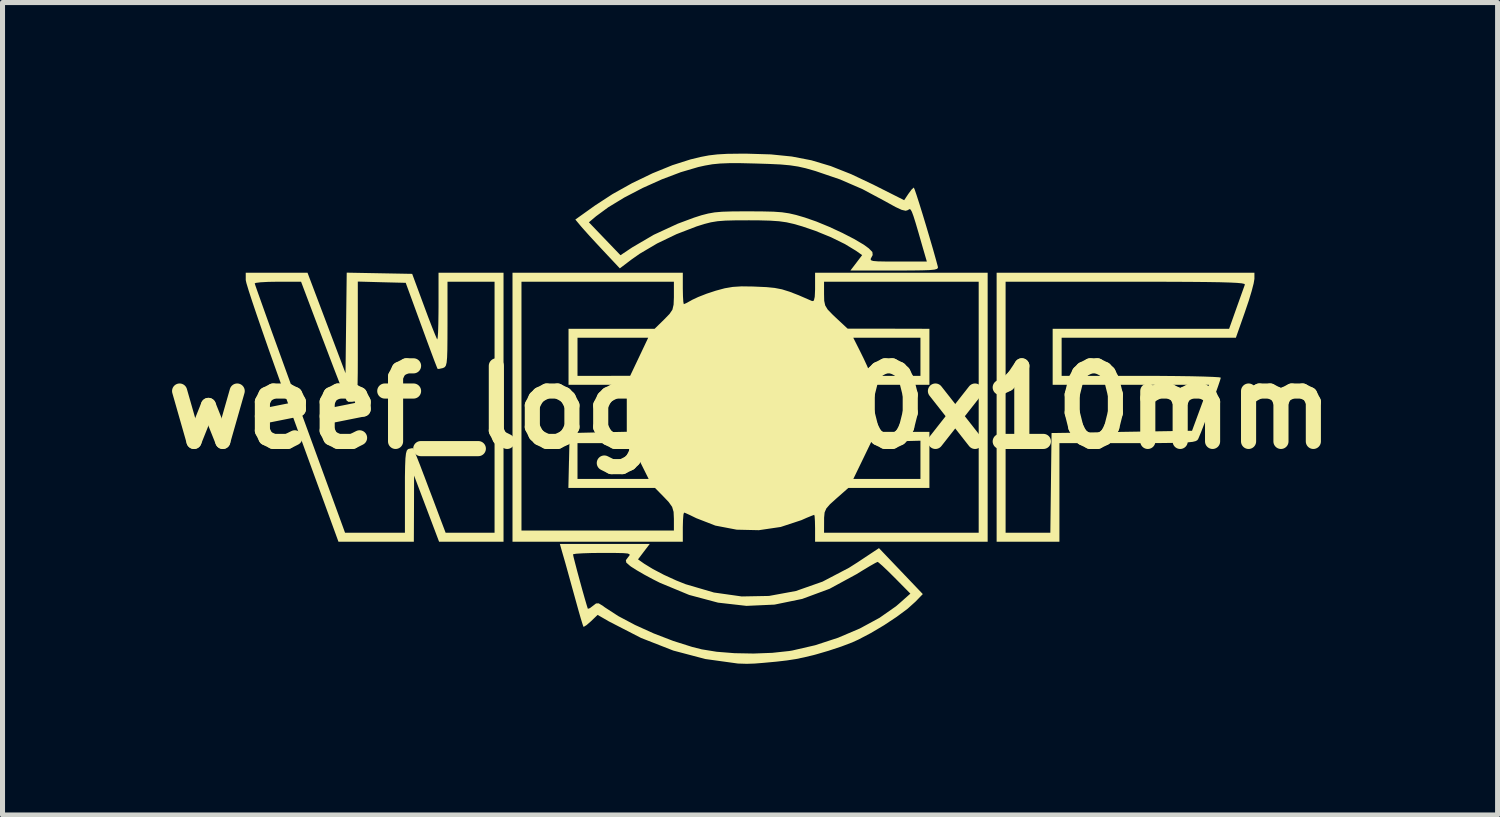
<source format=kicad_pcb>
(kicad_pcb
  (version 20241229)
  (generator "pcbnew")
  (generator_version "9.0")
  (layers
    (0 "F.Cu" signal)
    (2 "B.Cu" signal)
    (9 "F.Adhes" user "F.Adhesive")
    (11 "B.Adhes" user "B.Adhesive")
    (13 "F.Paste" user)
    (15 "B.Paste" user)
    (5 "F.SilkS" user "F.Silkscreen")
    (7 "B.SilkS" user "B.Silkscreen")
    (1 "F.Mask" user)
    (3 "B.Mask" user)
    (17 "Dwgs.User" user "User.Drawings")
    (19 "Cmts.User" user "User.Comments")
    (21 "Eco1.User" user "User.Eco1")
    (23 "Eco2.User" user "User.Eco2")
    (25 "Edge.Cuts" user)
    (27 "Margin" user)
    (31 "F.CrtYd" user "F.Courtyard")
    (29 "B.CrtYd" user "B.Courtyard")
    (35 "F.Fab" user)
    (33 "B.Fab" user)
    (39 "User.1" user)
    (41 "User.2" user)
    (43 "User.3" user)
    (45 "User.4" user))
  (footprint "weef_logo_20x10mm"
    (layer "F.Cu")
    (at 11.836 5.032)
    (property "Reference" "weef_logo_20x10mm" (at 0 0 0) (layer "F.SilkS") (effects (font (size 1.5 1.5) (thickness 0.3))))
    (attr board_only exclude_from_pos_files exclude_from_bom)
    (fp_poly (pts (xy 10.009 -2.547) (xy 9.994 -2.458) (xy 9.955 -2.307) (xy 9.897 -2.115) (xy 9.825 -1.903) (xy 9.825 -1.902) (xy 9.641 -1.379) (xy 7.912 -1.379) (xy 6.183 -1.379) (xy 6.183 -1.001) (xy 6.183 -0.623) (xy 7.762 -0.623) (xy 8.127 -0.622) (xy 8.462 -0.619) (xy 8.758 -0.615) (xy 9.003 -0.609) (xy 9.189 -0.602) (xy 9.305 -0.595) (xy 9.342 -0.587) (xy 9.327 -0.533) (xy 9.287 -0.414) (xy 9.229 -0.25) (xy 9.159 -0.059) (xy 9.085 0.14) (xy 9.014 0.329) (xy 8.953 0.487) (xy 8.907 0.598) (xy 8.891 0.634) (xy 8.873 0.656) (xy 8.84 0.673) (xy 8.782 0.687) (xy 8.689 0.697) (xy 8.553 0.704) (xy 8.363 0.708) (xy 8.111 0.711) (xy 7.785 0.712) (xy 7.494 0.712) (xy 6.139 0.712) (xy 6.139 1.69) (xy 6.139 2.669) (xy 5.516 2.669) (xy 4.893 2.669) (xy 4.893 0) (xy 5.071 0) (xy 5.071 2.491) (xy 5.515 2.491) (xy 5.959 2.491) (xy 5.971 1.501) (xy 5.983 0.512) (xy 7.377 0.489) (xy 8.771 0.467) (xy 8.939 0.011) (xy 9.107 -0.445) (xy 7.556 -0.445) (xy 6.005 -0.445) (xy 6.005 -1.001) (xy 6.005 -1.557) (xy 7.756 -1.557) (xy 9.507 -1.557) (xy 9.653 -1.968) (xy 9.718 -2.15) (xy 9.773 -2.304) (xy 9.81 -2.407) (xy 9.82 -2.435) (xy 9.808 -2.448) (xy 9.758 -2.459) (xy 9.663 -2.468) (xy 9.519 -2.475) (xy 9.319 -2.481) (xy 9.058 -2.485) (xy 8.73 -2.488) (xy 8.328 -2.49) (xy 7.847 -2.491) (xy 7.456 -2.491) (xy 5.071 -2.491) (xy 5.071 0) (xy 4.893 0) (xy 4.893 -2.669) (xy 7.451 -2.669) (xy 10.009 -2.669)) (stroke (width 0) (type solid)) (fill yes) (layer "F.SilkS"))
    (fp_poly (pts (xy -7.356 -2.659) (xy -6.706 -2.647) (xy -6.47 -2.009) (xy -6.387 -1.786) (xy -6.313 -1.594) (xy -6.254 -1.447) (xy -6.217 -1.361) (xy -6.209 -1.345) (xy -6.2 -1.378) (xy -6.192 -1.485) (xy -6.187 -1.652) (xy -6.184 -1.865) (xy -6.183 -1.994) (xy -6.183 -2.669) (xy -5.538 -2.669) (xy -4.893 -2.669) (xy -4.893 0) (xy -4.893 2.669) (xy -5.533 2.669) (xy -6.172 2.669) (xy -6.42 2.013) (xy -6.668 1.357) (xy -6.67 2.013) (xy -6.673 2.669) (xy -7.421 2.669) (xy -8.169 2.669) (xy -9.089 0.145) (xy -9.255 -0.311) (xy -9.41 -0.745) (xy -9.554 -1.149) (xy -9.682 -1.517) (xy -9.793 -1.839) (xy -9.884 -2.109) (xy -9.952 -2.318) (xy -9.994 -2.458) (xy -9.831 -2.458) (xy -9.816 -2.411) (xy -9.773 -2.288) (xy -9.705 -2.097) (xy -9.615 -1.844) (xy -9.505 -1.537) (xy -9.377 -1.184) (xy -9.235 -0.792) (xy -9.081 -0.368) (xy -8.935 0.033) (xy -8.038 2.491) (xy -7.444 2.491) (xy -6.85 2.491) (xy -6.85 1.673) (xy -6.85 1.381) (xy -6.846 1.166) (xy -6.84 1.015) (xy -6.829 0.918) (xy -6.813 0.861) (xy -6.79 0.833) (xy -6.777 0.827) (xy -6.706 0.812) (xy -6.686 0.817) (xy -6.664 0.863) (xy -6.618 0.977) (xy -6.553 1.141) (xy -6.478 1.338) (xy -6.468 1.363) (xy -6.379 1.6) (xy -6.288 1.839) (xy -6.208 2.052) (xy -6.156 2.191) (xy -6.042 2.491) (xy -5.557 2.491) (xy -5.071 2.491) (xy -5.071 0) (xy -5.071 -2.491) (xy -5.538 -2.491) (xy -6.005 -2.491) (xy -6.005 -1.649) (xy -6.006 -1.356) (xy -6.008 -1.139) (xy -6.013 -0.987) (xy -6.022 -0.888) (xy -6.037 -0.828) (xy -6.058 -0.797) (xy -6.088 -0.781) (xy -6.098 -0.777) (xy -6.176 -0.76) (xy -6.203 -0.763) (xy -6.221 -0.808) (xy -6.266 -0.923) (xy -6.331 -1.097) (xy -6.412 -1.315) (xy -6.504 -1.567) (xy -6.525 -1.624) (xy -6.834 -2.469) (xy -7.309 -2.481) (xy -7.785 -2.494) (xy -7.785 -1.317) (xy -7.785 -0.963) (xy -7.786 -0.688) (xy -7.789 -0.482) (xy -7.794 -0.333) (xy -7.803 -0.233) (xy -7.815 -0.171) (xy -7.833 -0.136) (xy -7.856 -0.118) (xy -7.879 -0.109) (xy -7.971 -0.107) (xy -8.007 -0.133) (xy -8.031 -0.188) (xy -8.082 -0.314) (xy -8.155 -0.501) (xy -8.247 -0.738) (xy -8.352 -1.013) (xy -8.466 -1.314) (xy -8.476 -1.339) (xy -8.911 -2.491) (xy -9.371 -2.491) (xy -9.561 -2.488) (xy -9.713 -2.48) (xy -9.808 -2.468) (xy -9.831 -2.458) (xy -9.994 -2.458) (xy -9.995 -2.46) (xy -10.009 -2.524) (xy -10.009 -2.669) (xy -9.396 -2.669) (xy -8.783 -2.669) (xy -8.406 -1.672) (xy -8.029 -0.675) (xy -8.017 -1.673) (xy -8.005 -2.671)) (stroke (width 0) (type solid)) (fill yes) (layer "F.SilkS"))
    (fp_poly (pts (xy -2.108 2.866) (xy -2.224 3.019) (xy -2.102 3.105) (xy -1.931 3.21) (xy -1.708 3.327) (xy -1.465 3.438) (xy -1.28 3.512) (xy -0.717 3.677) (xy -0.166 3.755) (xy 0.375 3.745) (xy 0.909 3.647) (xy 1.438 3.461) (xy 1.963 3.186) (xy 2.13 3.08) (xy 2.558 2.796) (xy 2.993 3.252) (xy 3.428 3.708) (xy 3.282 3.859) (xy 3.125 4) (xy 2.909 4.16) (xy 2.659 4.326) (xy 2.398 4.481) (xy 2.15 4.611) (xy 2.025 4.668) (xy 1.811 4.749) (xy 1.557 4.833) (xy 1.311 4.905) (xy 1.259 4.919) (xy 1.075 4.963) (xy 0.906 4.998) (xy 0.73 5.025) (xy 0.524 5.049) (xy 0.264 5.073) (xy 0.089 5.087) (xy -0.065 5.092) (xy -0.231 5.087) (xy -0.245 5.086) (xy -0.888 4.997) (xy -1.524 4.829) (xy -2.163 4.579) (xy -2.812 4.245) (xy -2.814 4.243) (xy -3.026 4.121) (xy -3.158 4.248) (xy -3.244 4.323) (xy -3.299 4.357) (xy -3.307 4.356) (xy -3.324 4.308) (xy -3.36 4.192) (xy -3.408 4.024) (xy -3.464 3.822) (xy -3.467 3.811) (xy -3.533 3.573) (xy -3.599 3.334) (xy -3.657 3.125) (xy -3.693 2.999) (xy -3.716 2.92) (xy -3.514 2.92) (xy -3.503 2.974) (xy -3.473 3.092) (xy -3.431 3.253) (xy -3.381 3.437) (xy -3.33 3.623) (xy -3.282 3.792) (xy -3.244 3.922) (xy -3.222 3.993) (xy -3.218 4) (xy -3.179 3.987) (xy -3.117 3.94) (xy -3.057 3.894) (xy -3.004 3.892) (xy -2.924 3.94) (xy -2.883 3.971) (xy -2.615 4.145) (xy -2.283 4.321) (xy -1.912 4.489) (xy -1.525 4.638) (xy -1.149 4.757) (xy -0.958 4.805) (xy -0.661 4.853) (xy -0.308 4.881) (xy 0.069 4.888) (xy 0.441 4.874) (xy 0.776 4.838) (xy 0.837 4.828) (xy 1.293 4.723) (xy 1.748 4.574) (xy 2.18 4.39) (xy 2.569 4.179) (xy 2.896 3.95) (xy 2.967 3.889) (xy 3.181 3.699) (xy 2.87 3.384) (xy 2.736 3.251) (xy 2.625 3.146) (xy 2.551 3.082) (xy 2.53 3.069) (xy 2.483 3.092) (xy 2.377 3.152) (xy 2.231 3.24) (xy 2.114 3.312) (xy 1.578 3.603) (xy 1.035 3.804) (xy 0.485 3.917) (xy -0.072 3.942) (xy -0.636 3.878) (xy -1.209 3.725) (xy -1.79 3.484) (xy -1.925 3.416) (xy -2.098 3.323) (xy -2.253 3.233) (xy -2.363 3.163) (xy -2.383 3.148) (xy -2.457 3.083) (xy -2.465 3.035) (xy -2.42 2.975) (xy -2.393 2.941) (xy -2.391 2.918) (xy -2.428 2.903) (xy -2.516 2.895) (xy -2.667 2.892) (xy -2.892 2.891) (xy -2.929 2.891) (xy -3.145 2.893) (xy -3.326 2.899) (xy -3.453 2.907) (xy -3.512 2.918) (xy -3.514 2.92) (xy -3.716 2.92) (xy -3.775 2.713) (xy -2.883 2.713) (xy -1.991 2.713)) (stroke (width 0) (type solid)) (fill yes) (layer "F.SilkS"))
    (fp_poly (pts (xy -0.058 -5.032) (xy 0.411 -5.018) (xy 0.828 -4.976) (xy 1.217 -4.901) (xy 1.601 -4.786) (xy 2.005 -4.626) (xy 2.451 -4.415) (xy 2.474 -4.403) (xy 3.058 -4.109) (xy 3.141 -4.234) (xy 3.204 -4.319) (xy 3.247 -4.359) (xy 3.249 -4.359) (xy 3.267 -4.319) (xy 3.305 -4.208) (xy 3.358 -4.043) (xy 3.422 -3.837) (xy 3.492 -3.606) (xy 3.563 -3.366) (xy 3.632 -3.131) (xy 3.692 -2.917) (xy 3.726 -2.791) (xy 3.728 -2.765) (xy 3.708 -2.745) (xy 3.657 -2.731) (xy 3.563 -2.722) (xy 3.414 -2.717) (xy 3.201 -2.714) (xy 2.911 -2.713) (xy 2.869 -2.713) (xy 1.991 -2.713) (xy 2.108 -2.866) (xy 2.224 -3.019) (xy 2.102 -3.105) (xy 1.883 -3.238) (xy 1.606 -3.374) (xy 1.297 -3.5) (xy 1.036 -3.589) (xy 0.87 -3.637) (xy 0.724 -3.67) (xy 0.575 -3.691) (xy 0.399 -3.703) (xy 0.173 -3.709) (xy -0.022 -3.71) (xy -0.289 -3.709) (xy -0.489 -3.704) (xy -0.644 -3.692) (xy -0.778 -3.67) (xy -0.911 -3.636) (xy -1.066 -3.587) (xy -1.068 -3.586) (xy -1.46 -3.435) (xy -1.845 -3.25) (xy -2.189 -3.047) (xy -2.349 -2.935) (xy -2.585 -2.756) (xy -2.91 -3.102) (xy -3.059 -3.262) (xy -3.198 -3.413) (xy -3.307 -3.535) (xy -3.352 -3.586) (xy -3.422 -3.67) (xy -3.199 -3.67) (xy -2.886 -3.344) (xy -2.572 -3.017) (xy -2.338 -3.173) (xy -1.911 -3.423) (xy -1.437 -3.642) (xy -1.112 -3.763) (xy -0.962 -3.811) (xy -0.833 -3.844) (xy -0.704 -3.867) (xy -0.555 -3.88) (xy -0.364 -3.886) (xy -0.112 -3.888) (xy -0.022 -3.888) (xy 0.256 -3.886) (xy 0.467 -3.881) (xy 0.633 -3.869) (xy 0.774 -3.848) (xy 0.913 -3.816) (xy 1.07 -3.77) (xy 1.087 -3.765) (xy 1.317 -3.685) (xy 1.571 -3.58) (xy 1.828 -3.461) (xy 2.063 -3.34) (xy 2.253 -3.228) (xy 2.355 -3.154) (xy 2.427 -3.081) (xy 2.433 -3.02) (xy 2.41 -2.977) (xy 2.392 -2.942) (xy 2.399 -2.918) (xy 2.442 -2.903) (xy 2.534 -2.895) (xy 2.69 -2.892) (xy 2.921 -2.891) (xy 2.932 -2.891) (xy 3.508 -2.891) (xy 3.427 -3.169) (xy 3.347 -3.448) (xy 3.287 -3.652) (xy 3.243 -3.792) (xy 3.211 -3.878) (xy 3.187 -3.921) (xy 3.167 -3.933) (xy 3.147 -3.923) (xy 3.134 -3.913) (xy 3.088 -3.899) (xy 3.009 -3.917) (xy 2.886 -3.974) (xy 2.703 -4.075) (xy 2.678 -4.089) (xy 2.231 -4.328) (xy 1.786 -4.521) (xy 1.299 -4.687) (xy 1.268 -4.696) (xy 1.103 -4.743) (xy 0.952 -4.777) (xy 0.793 -4.801) (xy 0.605 -4.818) (xy 0.367 -4.829) (xy 0.111 -4.837) (xy -0.185 -4.844) (xy -0.413 -4.844) (xy -0.594 -4.837) (xy -0.748 -4.822) (xy -0.896 -4.796) (xy -1.028 -4.767) (xy -1.374 -4.665) (xy -1.75 -4.523) (xy -2.131 -4.352) (xy -2.494 -4.163) (xy -2.815 -3.968) (xy -3.057 -3.79) (xy -3.199 -3.67) (xy -3.422 -3.67) (xy -3.468 -3.725) (xy -3.08 -4.002) (xy -2.732 -4.229) (xy -2.342 -4.447) (xy -1.936 -4.643) (xy -1.541 -4.804) (xy -1.184 -4.918) (xy -1.179 -4.919) (xy -0.987 -4.966) (xy -0.819 -4.998) (xy -0.649 -5.018) (xy -0.453 -5.029) (xy -0.205 -5.032)) (stroke (width 0) (type solid)) (fill yes) (layer "F.SilkS"))
    (fp_poly (pts (xy -1.335 -2.358) (xy -1.332 -2.204) (xy -1.325 -2.093) (xy -1.316 -2.046) (xy -1.315 -2.046) (xy -1.267 -2.066) (xy -1.174 -2.117) (xy -1.148 -2.132) (xy -1.031 -2.187) (xy -0.863 -2.253) (xy -0.681 -2.313) (xy -0.677 -2.314) (xy -0.503 -2.361) (xy -0.344 -2.388) (xy -0.168 -2.399) (xy 0.057 -2.396) (xy 0.124 -2.393) (xy 0.326 -2.384) (xy 0.487 -2.368) (xy 0.632 -2.34) (xy 0.783 -2.293) (xy 0.964 -2.223) (xy 1.199 -2.121) (xy 1.234 -2.106) (xy 1.266 -2.116) (xy 1.283 -2.19) (xy 1.286 -2.244) (xy 1.468 -2.244) (xy 1.471 -2.112) (xy 1.491 -2.02) (xy 1.54 -1.939) (xy 1.635 -1.841) (xy 1.701 -1.778) (xy 1.935 -1.56) (xy 2.747 -1.559) (xy 3.559 -1.557) (xy 3.559 -1.001) (xy 3.559 -0.445) (xy 3.014 -0.445) (xy 2.469 -0.445) (xy 2.469 0.022) (xy 2.469 0.489) (xy 3.014 0.489) (xy 3.559 0.489) (xy 3.559 1.045) (xy 3.559 1.601) (xy 2.755 1.601) (xy 1.951 1.601) (xy 1.71 1.813) (xy 1.585 1.926) (xy 1.513 2.009) (xy 1.479 2.088) (xy 1.469 2.192) (xy 1.469 2.258) (xy 1.468 2.491) (xy 3.003 2.491) (xy 4.537 2.491) (xy 4.537 0) (xy 4.537 -2.491) (xy 3.003 -2.491) (xy 1.468 -2.491) (xy 1.468 -2.244) (xy 1.286 -2.244) (xy 1.29 -2.339) (xy 1.29 -2.375) (xy 1.29 -2.669) (xy 3.003 -2.669) (xy 4.715 -2.669) (xy 4.715 0) (xy 4.715 2.669) (xy 3.003 2.669) (xy 1.29 2.669) (xy 1.29 2.402) (xy 1.287 2.261) (xy 1.281 2.165) (xy 1.273 2.135) (xy 1.227 2.152) (xy 1.124 2.194) (xy 1.018 2.241) (xy 0.608 2.376) (xy 0.174 2.44) (xy -0.265 2.43) (xy -0.689 2.349) (xy -1.067 2.202) (xy -1.192 2.141) (xy -1.282 2.1) (xy -1.311 2.091) (xy -1.323 2.131) (xy -1.331 2.237) (xy -1.335 2.38) (xy -1.335 2.669) (xy -3.025 2.669) (xy -4.715 2.669) (xy -4.715 0) (xy -4.715 -0.022) (xy -4.537 -0.022) (xy -4.537 2.447) (xy -3.025 2.447) (xy -1.512 2.447) (xy -1.512 2.215) (xy -1.518 2.077) (xy -1.547 1.978) (xy -1.614 1.883) (xy -1.7 1.792) (xy -1.887 1.601) (xy -2.746 1.601) (xy -3.606 1.601) (xy -3.594 1.068) (xy -3.425 1.068) (xy -3.425 1.423) (xy -2.719 1.423) (xy -2.013 1.423) (xy 2.049 1.423) (xy 2.715 1.423) (xy 3.381 1.423) (xy 3.381 1.044) (xy 3.381 0.664) (xy 2.892 0.677) (xy 2.404 0.689) (xy 2.227 1.056) (xy 2.049 1.423) (xy -2.013 1.423) (xy -2.19 1.068) (xy -2.368 0.712) (xy -2.896 0.712) (xy -3.425 0.712) (xy -3.425 1.068) (xy -3.594 1.068) (xy -3.593 1.056) (xy -3.581 0.512) (xy -3.014 0.499) (xy -2.447 0.487) (xy -2.447 0.021) (xy -2.447 -0.445) (xy -3.025 -0.445) (xy -3.603 -0.445) (xy -3.603 -1.001) (xy -3.425 -1.001) (xy -3.425 -0.623) (xy -2.903 -0.623) (xy -2.38 -0.624) (xy -2.201 -1.001) (xy -2.022 -1.379) (xy 2.048 -1.379) (xy 2.177 -1.123) (xy 2.254 -0.967) (xy 2.32 -0.825) (xy 2.354 -0.745) (xy 2.4 -0.623) (xy 2.89 -0.623) (xy 3.381 -0.623) (xy 3.381 -1.001) (xy 3.381 -1.379) (xy 2.714 -1.379) (xy 2.048 -1.379) (xy -2.022 -1.379) (xy -2.724 -1.379) (xy -3.425 -1.379) (xy -3.425 -1.001) (xy -3.603 -1.001) (xy -3.603 -1.557) (xy -2.749 -1.557) (xy -1.894 -1.557) (xy -1.703 -1.744) (xy -1.598 -1.852) (xy -1.541 -1.937) (xy -1.518 -2.036) (xy -1.512 -2.182) (xy -1.512 -2.211) (xy -1.512 -2.491) (xy -3.025 -2.491) (xy -4.537 -2.491) (xy -4.537 -0.022) (xy -4.715 -0.022) (xy -4.715 -2.669) (xy -3.025 -2.669) (xy -1.335 -2.669)) (stroke (width 0) (type solid)) (fill yes) (layer "F.SilkS")))
  (gr_rect
    (start -3 -3)
    (end 26.671 13.124)
    (stroke (width 0.1) (type default))
    (fill no)
    (layer "Edge.Cuts")))
</source>
